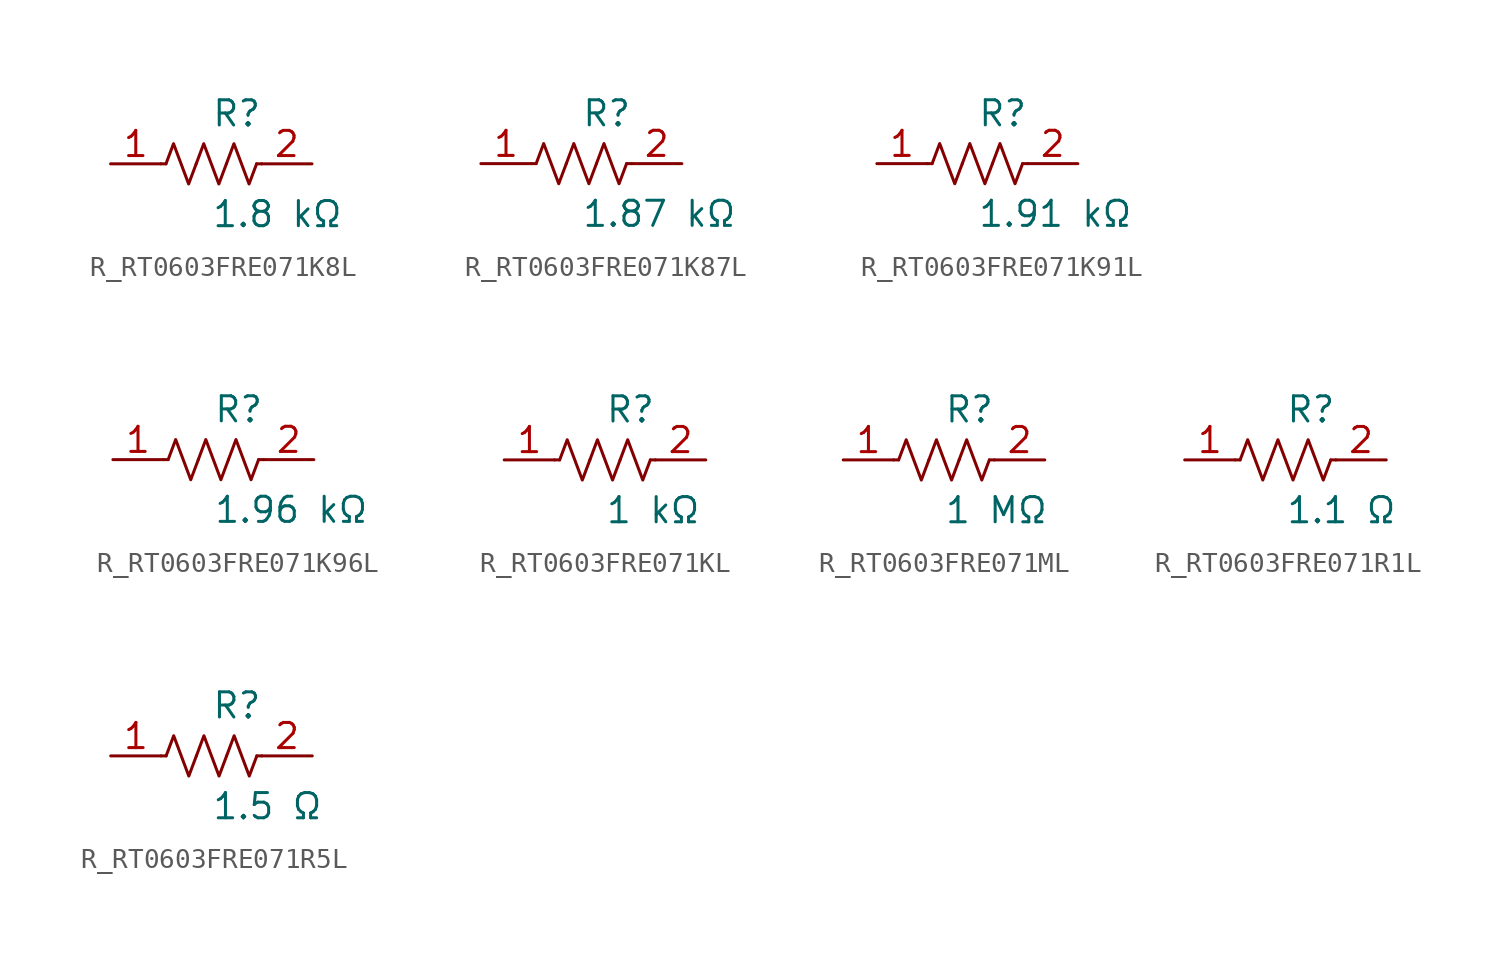
<source format=kicad_sym>
(kicad_symbol_lib
  (version 20231120)
  (generator kicad_symbol_editor)
  (generator_version 8.0)
  (symbol "R_RT0603FRE071K8L"
    (pin_names
      (offset 0.254))
    (property "Reference" "R"
      (at 0.0 2.54 0)
      (effects (font (size 1.27 1.27)) (justify left)))
    (property "Value" "1.8 kΩ"
      (at 0.0 -2.54 0)
      (effects (font (size 1.27 1.27)) (justify left)))
    (symbol "R_RT0603FRE071K8L_0_1"
      (polyline (pts (xy 2.286 0) (xy 2.54 0)) (stroke (width 0) (type default)) (fill (type none)))
      (polyline (pts (xy -2.286 0) (xy -2.54 0)) (stroke (width 0) (type default)) (fill (type none)))
      (polyline (pts (xy 0.762 0) (xy 1.143 1.016) (xy 1.524 0) (xy 1.905 -1.016) (xy 2.286 0)) (stroke (width 0) (type default)) (fill (type none)))
      (polyline (pts (xy -0.762 0) (xy -0.381 1.016) (xy 0 0) (xy 0.381 -1.016) (xy 0.762 0)) (stroke (width 0) (type default)) (fill (type none)))
      (polyline (pts (xy -2.286 0) (xy -1.905 1.016) (xy -1.524 0) (xy -1.143 -1.016) (xy -0.762 0)) (stroke (width 0) (type default)) (fill (type none))))
    (pin unspecified line
      (at -5.08 0 0)
      (length 2.54)
      (name "" (effects (font (size 1.27 1.27))))
      (number "1" (effects (font (size 1.27 1.27)))))
    (pin unspecified line
      (at 5.08 0 180)
      (length 2.54)
      (name "" (effects (font (size 1.27 1.27))))
      (number "2" (effects (font (size 1.27 1.27))))))
  (symbol "R_RT0603FRE071K87L"
    (pin_names
      (offset 0.254))
    (property "Reference" "R"
      (at 0.0 2.54 0)
      (effects (font (size 1.27 1.27)) (justify left)))
    (property "Value" "1.87 kΩ"
      (at 0.0 -2.54 0)
      (effects (font (size 1.27 1.27)) (justify left)))
    (symbol "R_RT0603FRE071K87L_0_1"
      (polyline (pts (xy 2.286 0) (xy 2.54 0)) (stroke (width 0) (type default)) (fill (type none)))
      (polyline (pts (xy -2.286 0) (xy -2.54 0)) (stroke (width 0) (type default)) (fill (type none)))
      (polyline (pts (xy 0.762 0) (xy 1.143 1.016) (xy 1.524 0) (xy 1.905 -1.016) (xy 2.286 0)) (stroke (width 0) (type default)) (fill (type none)))
      (polyline (pts (xy -0.762 0) (xy -0.381 1.016) (xy 0 0) (xy 0.381 -1.016) (xy 0.762 0)) (stroke (width 0) (type default)) (fill (type none)))
      (polyline (pts (xy -2.286 0) (xy -1.905 1.016) (xy -1.524 0) (xy -1.143 -1.016) (xy -0.762 0)) (stroke (width 0) (type default)) (fill (type none))))
    (pin unspecified line
      (at -5.08 0 0)
      (length 2.54)
      (name "" (effects (font (size 1.27 1.27))))
      (number "1" (effects (font (size 1.27 1.27)))))
    (pin unspecified line
      (at 5.08 0 180)
      (length 2.54)
      (name "" (effects (font (size 1.27 1.27))))
      (number "2" (effects (font (size 1.27 1.27))))))
  (symbol "R_RT0603FRE071K91L"
    (pin_names
      (offset 0.254))
    (property "Reference" "R"
      (at 0.0 2.54 0)
      (effects (font (size 1.27 1.27)) (justify left)))
    (property "Value" "1.91 kΩ"
      (at 0.0 -2.54 0)
      (effects (font (size 1.27 1.27)) (justify left)))
    (symbol "R_RT0603FRE071K91L_0_1"
      (polyline (pts (xy 2.286 0) (xy 2.54 0)) (stroke (width 0) (type default)) (fill (type none)))
      (polyline (pts (xy -2.286 0) (xy -2.54 0)) (stroke (width 0) (type default)) (fill (type none)))
      (polyline (pts (xy 0.762 0) (xy 1.143 1.016) (xy 1.524 0) (xy 1.905 -1.016) (xy 2.286 0)) (stroke (width 0) (type default)) (fill (type none)))
      (polyline (pts (xy -0.762 0) (xy -0.381 1.016) (xy 0 0) (xy 0.381 -1.016) (xy 0.762 0)) (stroke (width 0) (type default)) (fill (type none)))
      (polyline (pts (xy -2.286 0) (xy -1.905 1.016) (xy -1.524 0) (xy -1.143 -1.016) (xy -0.762 0)) (stroke (width 0) (type default)) (fill (type none))))
    (pin unspecified line
      (at -5.08 0 0)
      (length 2.54)
      (name "" (effects (font (size 1.27 1.27))))
      (number "1" (effects (font (size 1.27 1.27)))))
    (pin unspecified line
      (at 5.08 0 180)
      (length 2.54)
      (name "" (effects (font (size 1.27 1.27))))
      (number "2" (effects (font (size 1.27 1.27))))))
  (symbol "R_RT0603FRE071K96L"
    (pin_names
      (offset 0.254))
    (property "Reference" "R"
      (at 0.0 2.54 0)
      (effects (font (size 1.27 1.27)) (justify left)))
    (property "Value" "1.96 kΩ"
      (at 0.0 -2.54 0)
      (effects (font (size 1.27 1.27)) (justify left)))
    (symbol "R_RT0603FRE071K96L_0_1"
      (polyline (pts (xy 2.286 0) (xy 2.54 0)) (stroke (width 0) (type default)) (fill (type none)))
      (polyline (pts (xy -2.286 0) (xy -2.54 0)) (stroke (width 0) (type default)) (fill (type none)))
      (polyline (pts (xy 0.762 0) (xy 1.143 1.016) (xy 1.524 0) (xy 1.905 -1.016) (xy 2.286 0)) (stroke (width 0) (type default)) (fill (type none)))
      (polyline (pts (xy -0.762 0) (xy -0.381 1.016) (xy 0 0) (xy 0.381 -1.016) (xy 0.762 0)) (stroke (width 0) (type default)) (fill (type none)))
      (polyline (pts (xy -2.286 0) (xy -1.905 1.016) (xy -1.524 0) (xy -1.143 -1.016) (xy -0.762 0)) (stroke (width 0) (type default)) (fill (type none))))
    (pin unspecified line
      (at -5.08 0 0)
      (length 2.54)
      (name "" (effects (font (size 1.27 1.27))))
      (number "1" (effects (font (size 1.27 1.27)))))
    (pin unspecified line
      (at 5.08 0 180)
      (length 2.54)
      (name "" (effects (font (size 1.27 1.27))))
      (number "2" (effects (font (size 1.27 1.27))))))
  (symbol "R_RT0603FRE071KL"
    (pin_names
      (offset 0.254))
    (property "Reference" "R"
      (at 0.0 2.54 0)
      (effects (font (size 1.27 1.27)) (justify left)))
    (property "Value" "1 kΩ"
      (at 0.0 -2.54 0)
      (effects (font (size 1.27 1.27)) (justify left)))
    (symbol "R_RT0603FRE071KL_0_1"
      (polyline (pts (xy 2.286 0) (xy 2.54 0)) (stroke (width 0) (type default)) (fill (type none)))
      (polyline (pts (xy -2.286 0) (xy -2.54 0)) (stroke (width 0) (type default)) (fill (type none)))
      (polyline (pts (xy 0.762 0) (xy 1.143 1.016) (xy 1.524 0) (xy 1.905 -1.016) (xy 2.286 0)) (stroke (width 0) (type default)) (fill (type none)))
      (polyline (pts (xy -0.762 0) (xy -0.381 1.016) (xy 0 0) (xy 0.381 -1.016) (xy 0.762 0)) (stroke (width 0) (type default)) (fill (type none)))
      (polyline (pts (xy -2.286 0) (xy -1.905 1.016) (xy -1.524 0) (xy -1.143 -1.016) (xy -0.762 0)) (stroke (width 0) (type default)) (fill (type none))))
    (pin unspecified line
      (at -5.08 0 0)
      (length 2.54)
      (name "" (effects (font (size 1.27 1.27))))
      (number "1" (effects (font (size 1.27 1.27)))))
    (pin unspecified line
      (at 5.08 0 180)
      (length 2.54)
      (name "" (effects (font (size 1.27 1.27))))
      (number "2" (effects (font (size 1.27 1.27))))))
  (symbol "R_RT0603FRE071ML"
    (pin_names
      (offset 0.254))
    (property "Reference" "R"
      (at 0.0 2.54 0)
      (effects (font (size 1.27 1.27)) (justify left)))
    (property "Value" "1 MΩ"
      (at 0.0 -2.54 0)
      (effects (font (size 1.27 1.27)) (justify left)))
    (symbol "R_RT0603FRE071ML_0_1"
      (polyline (pts (xy 2.286 0) (xy 2.54 0)) (stroke (width 0) (type default)) (fill (type none)))
      (polyline (pts (xy -2.286 0) (xy -2.54 0)) (stroke (width 0) (type default)) (fill (type none)))
      (polyline (pts (xy 0.762 0) (xy 1.143 1.016) (xy 1.524 0) (xy 1.905 -1.016) (xy 2.286 0)) (stroke (width 0) (type default)) (fill (type none)))
      (polyline (pts (xy -0.762 0) (xy -0.381 1.016) (xy 0 0) (xy 0.381 -1.016) (xy 0.762 0)) (stroke (width 0) (type default)) (fill (type none)))
      (polyline (pts (xy -2.286 0) (xy -1.905 1.016) (xy -1.524 0) (xy -1.143 -1.016) (xy -0.762 0)) (stroke (width 0) (type default)) (fill (type none))))
    (pin unspecified line
      (at -5.08 0 0)
      (length 2.54)
      (name "" (effects (font (size 1.27 1.27))))
      (number "1" (effects (font (size 1.27 1.27)))))
    (pin unspecified line
      (at 5.08 0 180)
      (length 2.54)
      (name "" (effects (font (size 1.27 1.27))))
      (number "2" (effects (font (size 1.27 1.27))))))
  (symbol "R_RT0603FRE071R1L"
    (pin_names
      (offset 0.254))
    (property "Reference" "R"
      (at 0.0 2.54 0)
      (effects (font (size 1.27 1.27)) (justify left)))
    (property "Value" "1.1 Ω"
      (at 0.0 -2.54 0)
      (effects (font (size 1.27 1.27)) (justify left)))
    (symbol "R_RT0603FRE071R1L_0_1"
      (polyline (pts (xy 2.286 0) (xy 2.54 0)) (stroke (width 0) (type default)) (fill (type none)))
      (polyline (pts (xy -2.286 0) (xy -2.54 0)) (stroke (width 0) (type default)) (fill (type none)))
      (polyline (pts (xy 0.762 0) (xy 1.143 1.016) (xy 1.524 0) (xy 1.905 -1.016) (xy 2.286 0)) (stroke (width 0) (type default)) (fill (type none)))
      (polyline (pts (xy -0.762 0) (xy -0.381 1.016) (xy 0 0) (xy 0.381 -1.016) (xy 0.762 0)) (stroke (width 0) (type default)) (fill (type none)))
      (polyline (pts (xy -2.286 0) (xy -1.905 1.016) (xy -1.524 0) (xy -1.143 -1.016) (xy -0.762 0)) (stroke (width 0) (type default)) (fill (type none))))
    (pin unspecified line
      (at -5.08 0 0)
      (length 2.54)
      (name "" (effects (font (size 1.27 1.27))))
      (number "1" (effects (font (size 1.27 1.27)))))
    (pin unspecified line
      (at 5.08 0 180)
      (length 2.54)
      (name "" (effects (font (size 1.27 1.27))))
      (number "2" (effects (font (size 1.27 1.27))))))
  (symbol "R_RT0603FRE071R5L"
    (pin_names
      (offset 0.254))
    (property "Reference" "R"
      (at 0.0 2.54 0)
      (effects (font (size 1.27 1.27)) (justify left)))
    (property "Value" "1.5 Ω"
      (at 0.0 -2.54 0)
      (effects (font (size 1.27 1.27)) (justify left)))
    (symbol "R_RT0603FRE071R5L_0_1"
      (polyline (pts (xy 2.286 0) (xy 2.54 0)) (stroke (width 0) (type default)) (fill (type none)))
      (polyline (pts (xy -2.286 0) (xy -2.54 0)) (stroke (width 0) (type default)) (fill (type none)))
      (polyline (pts (xy 0.762 0) (xy 1.143 1.016) (xy 1.524 0) (xy 1.905 -1.016) (xy 2.286 0)) (stroke (width 0) (type default)) (fill (type none)))
      (polyline (pts (xy -0.762 0) (xy -0.381 1.016) (xy 0 0) (xy 0.381 -1.016) (xy 0.762 0)) (stroke (width 0) (type default)) (fill (type none)))
      (polyline (pts (xy -2.286 0) (xy -1.905 1.016) (xy -1.524 0) (xy -1.143 -1.016) (xy -0.762 0)) (stroke (width 0) (type default)) (fill (type none))))
    (pin unspecified line
      (at -5.08 0 0)
      (length 2.54)
      (name "" (effects (font (size 1.27 1.27))))
      (number "1" (effects (font (size 1.27 1.27)))))
    (pin unspecified line
      (at 5.08 0 180)
      (length 2.54)
      (name "" (effects (font (size 1.27 1.27))))
      (number "2" (effects (font (size 1.27 1.27)))))))
</source>
